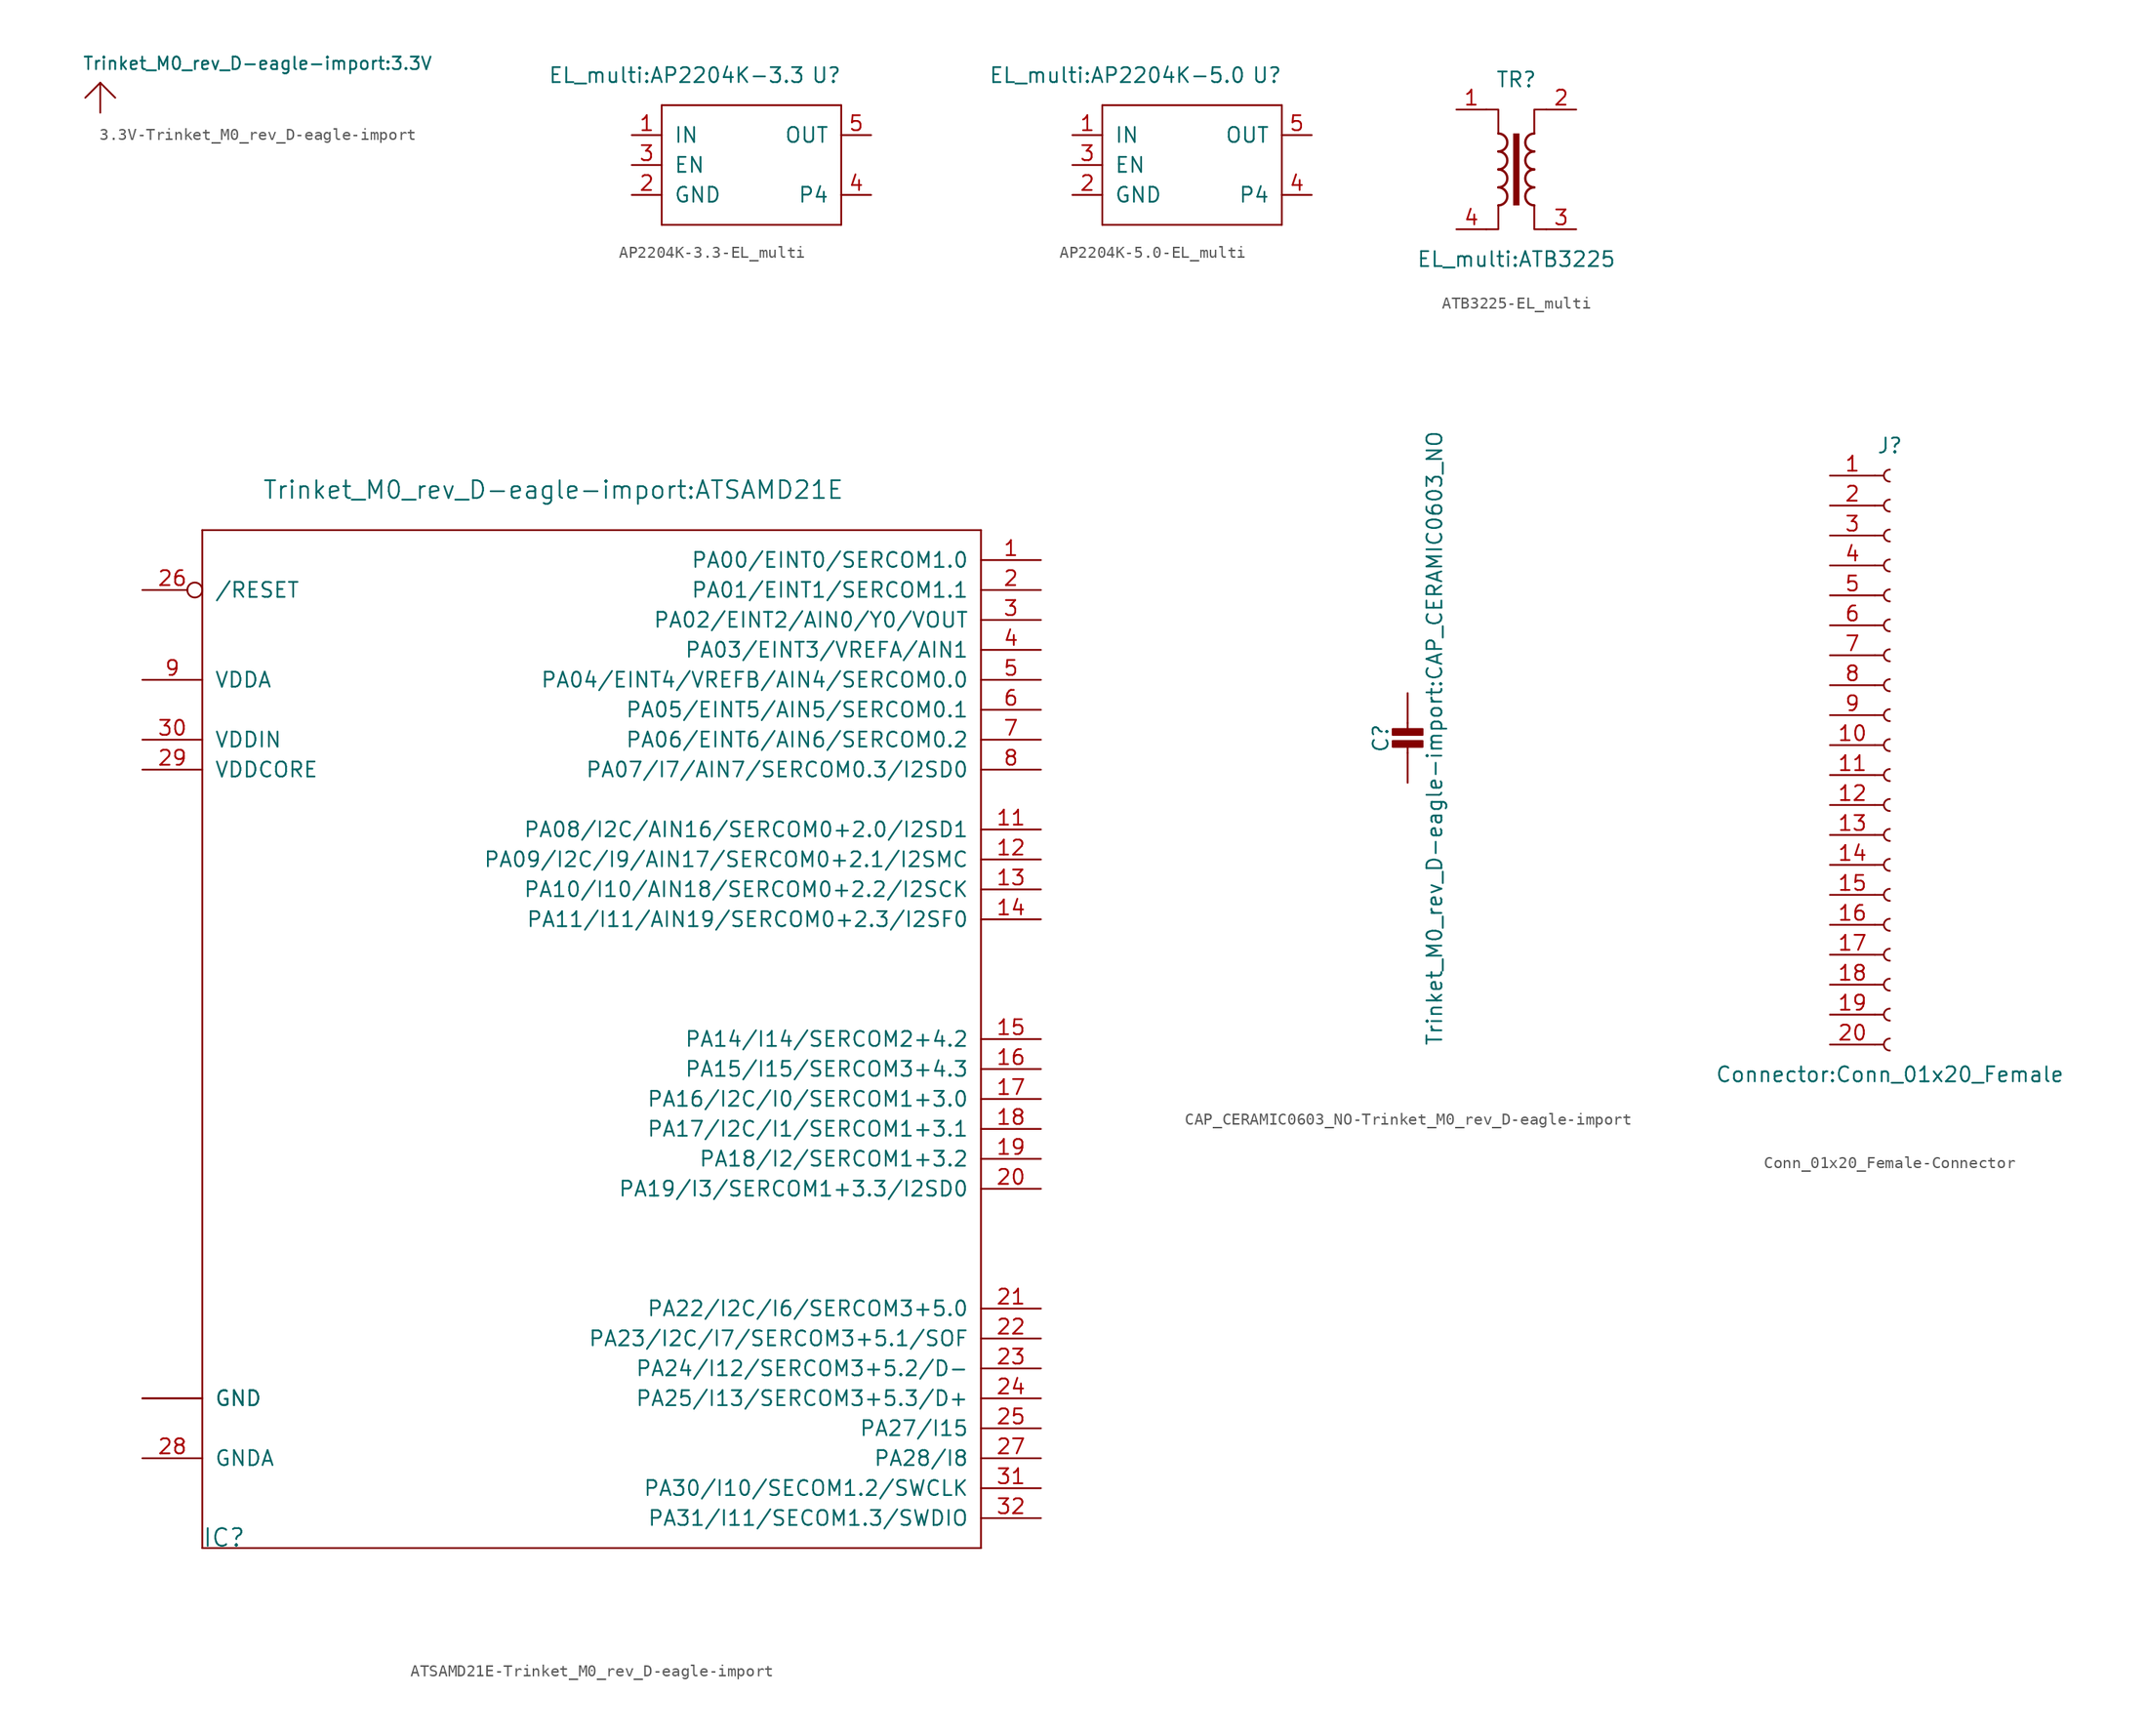
<source format=kicad_sym>
(kicad_symbol_lib
  (version 20241209)
  (generator "kicad_symbol_editor")
  (generator_version "9.0")
  (symbol "3.3V-Trinket_M0_rev_D-eagle-import"
    (power)
    (pin_names
      (offset 1.016))
    (property "Reference" ""
      (at 0 0 0)
      (effects (font (size 1.27 1.27)) (hide yes)))
    (property "Value" "Trinket_M0_rev_D-eagle-import:3.3V"
      (at -1.524 1.016 0)
      (effects (font (size 1.067 1.067)) (justify left bottom)))
    (property "ki_locked" ""
      (at 0 0 0)
      (effects (font (size 1.27 1.27))))
    (symbol "3.3V-Trinket_M0_rev_D-eagle-import_1_0"
      (polyline (pts (xy -1.27 -1.27) (xy 0 0)) (stroke (width 0) (type solid)) (fill (type none)))
      (polyline (pts (xy 0 0) (xy 1.27 -1.27)) (stroke (width 0) (type solid)) (fill (type none)))
      (pin power_in line (at 0 -2.54 90) (length 2.54) (name "3.3V" (effects (font (size 0 0)))) (number "1" (effects (font (size 0 0)))))))
  (symbol "AP2204K-3.3-EL_multi"
    (pin_names
      (offset 1.016))
    (property "Reference" "U"
      (at 6.35 7.62 0)
      (effects (font (size 1.27 1.27))))
    (property "Value" "EL_multi:AP2204K-3.3"
      (at -6.35 7.62 0)
      (effects (font (size 1.27 1.27))))
    (symbol "AP2204K-3.3-EL_multi_1_0"
      (polyline (pts (xy -7.62 5.08) (xy 7.62 5.08)) (stroke (width 0) (type solid)) (fill (type none)))
      (polyline (pts (xy -7.62 -5.08) (xy -7.62 5.08)) (stroke (width 0) (type solid)) (fill (type none)))
      (polyline (pts (xy 7.62 5.08) (xy 7.62 -5.08)) (stroke (width 0) (type solid)) (fill (type none)))
      (polyline (pts (xy 7.62 -5.08) (xy -7.62 -5.08)) (stroke (width 0) (type solid)) (fill (type none)))
      (pin power_in line (at -10.16 2.54 0) (length 2.54) (name "IN" (effects (font (size 1.27 1.27)))) (number "1" (effects (font (size 1.27 1.27)))))
      (pin input line (at -10.16 0 0) (length 2.54) (name "EN" (effects (font (size 1.27 1.27)))) (number "3" (effects (font (size 1.27 1.27)))))
      (pin power_in line (at -10.16 -2.54 0) (length 2.54) (name "GND" (effects (font (size 1.27 1.27)))) (number "2" (effects (font (size 1.27 1.27)))))
      (pin power_out line (at 10.16 2.54 180) (length 2.54) (name "OUT" (effects (font (size 1.27 1.27)))) (number "5" (effects (font (size 1.27 1.27)))))
      (pin passive line (at 10.16 -2.54 180) (length 2.54) (name "P4" (effects (font (size 1.27 1.27)))) (number "4" (effects (font (size 1.27 1.27)))))))
  (symbol "AP2204K-5.0-EL_multi"
    (pin_names
      (offset 1.016))
    (property "Reference" "U"
      (at 6.35 7.62 0)
      (effects (font (size 1.27 1.27))))
    (property "Value" "EL_multi:AP2204K-5.0"
      (at -6.35 7.62 0)
      (effects (font (size 1.27 1.27))))
    (symbol "AP2204K-5.0-EL_multi_1_0"
      (polyline (pts (xy -7.62 5.08) (xy 7.62 5.08)) (stroke (width 0) (type solid)) (fill (type none)))
      (polyline (pts (xy -7.62 -5.08) (xy -7.62 5.08)) (stroke (width 0) (type solid)) (fill (type none)))
      (polyline (pts (xy 7.62 5.08) (xy 7.62 -5.08)) (stroke (width 0) (type solid)) (fill (type none)))
      (polyline (pts (xy 7.62 -5.08) (xy -7.62 -5.08)) (stroke (width 0) (type solid)) (fill (type none)))
      (pin power_in line (at -10.16 2.54 0) (length 2.54) (name "IN" (effects (font (size 1.27 1.27)))) (number "1" (effects (font (size 1.27 1.27)))))
      (pin input line (at -10.16 0 0) (length 2.54) (name "EN" (effects (font (size 1.27 1.27)))) (number "3" (effects (font (size 1.27 1.27)))))
      (pin power_in line (at -10.16 -2.54 0) (length 2.54) (name "GND" (effects (font (size 1.27 1.27)))) (number "2" (effects (font (size 1.27 1.27)))))
      (pin power_out line (at 10.16 2.54 180) (length 2.54) (name "OUT" (effects (font (size 1.27 1.27)))) (number "5" (effects (font (size 1.27 1.27)))))
      (pin unspecified line (at 10.16 -2.54 180) (length 2.54) (name "P4" (effects (font (size 1.27 1.27)))) (number "4" (effects (font (size 1.27 1.27)))))))
  (symbol "ATB3225-EL_multi"
    (pin_names
      (offset 1.016))
    (property "Reference" "TR"
      (at 0 7.62 0)
      (effects (font (size 1.27 1.27))))
    (property "Value" "EL_multi:ATB3225"
      (at 0 -7.62 0)
      (effects (font (size 1.27 1.27))))
    (symbol "ATB3225-EL_multi_1_1"
      (polyline (pts (xy -2.54 5.08) (xy -1.524 5.08) (xy -1.524 3.048) (xy -1.524 3.048)) (stroke (width 0.152) (type solid)) (fill (type none)))
      (arc (start -1.524 3.048) (mid -0.762 2.286) (end -1.524 1.524) (stroke (width 0.2032) (type solid)) (fill (type none)))
      (arc (start -1.524 1.524) (mid -0.762 0.762) (end -1.524 0) (stroke (width 0.2032) (type solid)) (fill (type none)))
      (arc (start -1.524 0) (mid -0.762 -0.762) (end -1.524 -1.524) (stroke (width 0.2032) (type solid)) (fill (type none)))
      (arc (start -1.524 -1.524) (mid -0.762 -2.286) (end -1.524 -3.048) (stroke (width 0.2032) (type solid)) (fill (type none)))
      (polyline (pts (xy -1.524 -3.048) (xy -1.524 -5.08) (xy -2.54 -5.08) (xy -2.54 -5.08)) (stroke (width 0.152) (type solid)) (fill (type none)))
      (rectangle (start -0.254 3.048) (end 0.254 -3.048) (stroke (width 0.025) (type solid)) (fill (type outline)))
      (polyline (pts (xy 1.524 3.048) (xy 1.524 5.08) (xy 2.54 5.08) (xy 2.54 5.08)) (stroke (width 0.152) (type solid)) (fill (type none)))
      (arc (start 1.524 1.524) (mid 0.762 2.286) (end 1.524 3.048) (stroke (width 0.2032) (type solid)) (fill (type none)))
      (arc (start 1.524 0) (mid 0.762 0.762) (end 1.524 1.524) (stroke (width 0.2032) (type solid)) (fill (type none)))
      (arc (start 1.524 -1.524) (mid 0.762 -0.762) (end 1.524 0) (stroke (width 0.2032) (type solid)) (fill (type none)))
      (arc (start 1.524 -3.048) (mid 0.762 -2.286) (end 1.524 -1.524) (stroke (width 0.2032) (type solid)) (fill (type none)))
      (polyline (pts (xy 2.54 -5.08) (xy 1.524 -5.08) (xy 1.524 -3.048) (xy 1.524 -3.048)) (stroke (width 0.152) (type solid)) (fill (type none)))
      (pin passive line (at -5.08 5.08 0) (length 2.54) (name "~" (effects (font (size 1.27 1.27)))) (number "1" (effects (font (size 1.27 1.27)))))
      (pin passive line (at -5.08 -5.08 0) (length 2.54) (name "~" (effects (font (size 1.27 1.27)))) (number "4" (effects (font (size 1.27 1.27)))))
      (pin passive line (at 5.08 5.08 180) (length 2.54) (name "~" (effects (font (size 1.27 1.27)))) (number "2" (effects (font (size 1.27 1.27)))))
      (pin passive line (at 5.08 -5.08 180) (length 2.54) (name "~" (effects (font (size 1.27 1.27)))) (number "3" (effects (font (size 1.27 1.27)))))))
  (symbol "ATSAMD21E-Trinket_M0_rev_D-eagle-import"
    (pin_names
      (offset 1.016))
    (property "Reference" "IC"
      (at -35.56 -43.18 0)
      (effects (font (size 1.499 1.499)) (justify left bottom)))
    (property "Value" "Trinket_M0_rev_D-eagle-import:ATSAMD21E"
      (at -30.48 45.72 0)
      (effects (font (size 1.499 1.499)) (justify left bottom)))
    (property "ki_locked" ""
      (at 0 0 0)
      (effects (font (size 1.27 1.27))))
    (symbol "ATSAMD21E-Trinket_M0_rev_D-eagle-import_1_0"
      (polyline (pts (xy -35.56 43.18) (xy 30.48 43.18)) (stroke (width 0) (type solid)) (fill (type none)))
      (polyline (pts (xy -35.56 -43.18) (xy -35.56 43.18)) (stroke (width 0) (type solid)) (fill (type none)))
      (polyline (pts (xy 30.48 43.18) (xy 30.48 -43.18)) (stroke (width 0) (type solid)) (fill (type none)))
      (polyline (pts (xy 30.48 -43.18) (xy -35.56 -43.18)) (stroke (width 0) (type solid)) (fill (type none)))
      (pin output inverted (at -40.64 38.1 0) (length 5.08) (name "/RESET" (effects (font (size 1.27 1.27)))) (number "26" (effects (font (size 1.27 1.27)))))
      (pin power_in line (at -40.64 30.48 0) (length 5.08) (name "VDDA" (effects (font (size 1.27 1.27)))) (number "9" (effects (font (size 1.27 1.27)))))
      (pin power_in line (at -40.64 25.4 0) (length 5.08) (name "VDDIN" (effects (font (size 1.27 1.27)))) (number "30" (effects (font (size 1.27 1.27)))))
      (pin power_in line (at -40.64 22.86 0) (length 5.08) (name "VDDCORE" (effects (font (size 1.27 1.27)))) (number "29" (effects (font (size 1.27 1.27)))))
      (pin power_in line (at -40.64 -30.48 0) (length 5.08) (name "GND" (effects (font (size 1.27 1.27)))) (number "10" (effects (font (size 0 0)))))
      (pin power_in line (at -40.64 -30.48 0) (length 5.08) (name "GND" (effects (font (size 1.27 1.27)))) (number "33" (effects (font (size 0 0)))))
      (pin power_in line (at -40.64 -35.56 0) (length 5.08) (name "GNDA" (effects (font (size 1.27 1.27)))) (number "28" (effects (font (size 1.27 1.27)))))
      (pin bidirectional line (at 35.56 40.64 180) (length 5.08) (name "PA00/EINT0/SERCOM1.0" (effects (font (size 1.27 1.27)))) (number "1" (effects (font (size 1.27 1.27)))))
      (pin bidirectional line (at 35.56 38.1 180) (length 5.08) (name "PA01/EINT1/SERCOM1.1" (effects (font (size 1.27 1.27)))) (number "2" (effects (font (size 1.27 1.27)))))
      (pin bidirectional line (at 35.56 35.56 180) (length 5.08) (name "PA02/EINT2/AIN0/Y0/VOUT" (effects (font (size 1.27 1.27)))) (number "3" (effects (font (size 1.27 1.27)))))
      (pin bidirectional line (at 35.56 33.02 180) (length 5.08) (name "PA03/EINT3/VREFA/AIN1" (effects (font (size 1.27 1.27)))) (number "4" (effects (font (size 1.27 1.27)))))
      (pin bidirectional line (at 35.56 30.48 180) (length 5.08) (name "PA04/EINT4/VREFB/AIN4/SERCOM0.0" (effects (font (size 1.27 1.27)))) (number "5" (effects (font (size 1.27 1.27)))))
      (pin bidirectional line (at 35.56 27.94 180) (length 5.08) (name "PA05/EINT5/AIN5/SERCOM0.1" (effects (font (size 1.27 1.27)))) (number "6" (effects (font (size 1.27 1.27)))))
      (pin bidirectional line (at 35.56 25.4 180) (length 5.08) (name "PA06/EINT6/AIN6/SERCOM0.2" (effects (font (size 1.27 1.27)))) (number "7" (effects (font (size 1.27 1.27)))))
      (pin bidirectional line (at 35.56 22.86 180) (length 5.08) (name "PA07/I7/AIN7/SERCOM0.3/I2SD0" (effects (font (size 1.27 1.27)))) (number "8" (effects (font (size 1.27 1.27)))))
      (pin bidirectional line (at 35.56 17.78 180) (length 5.08) (name "PA08/I2C/AIN16/SERCOM0+2.0/I2SD1" (effects (font (size 1.27 1.27)))) (number "11" (effects (font (size 1.27 1.27)))))
      (pin bidirectional line (at 35.56 15.24 180) (length 5.08) (name "PA09/I2C/I9/AIN17/SERCOM0+2.1/I2SMC" (effects (font (size 1.27 1.27)))) (number "12" (effects (font (size 1.27 1.27)))))
      (pin bidirectional line (at 35.56 12.7 180) (length 5.08) (name "PA10/I10/AIN18/SERCOM0+2.2/I2SCK" (effects (font (size 1.27 1.27)))) (number "13" (effects (font (size 1.27 1.27)))))
      (pin bidirectional line (at 35.56 10.16 180) (length 5.08) (name "PA11/I11/AIN19/SERCOM0+2.3/I2SF0" (effects (font (size 1.27 1.27)))) (number "14" (effects (font (size 1.27 1.27)))))
      (pin bidirectional line (at 35.56 0 180) (length 5.08) (name "PA14/I14/SERCOM2+4.2" (effects (font (size 1.27 1.27)))) (number "15" (effects (font (size 1.27 1.27)))))
      (pin bidirectional line (at 35.56 -2.54 180) (length 5.08) (name "PA15/I15/SERCOM3+4.3" (effects (font (size 1.27 1.27)))) (number "16" (effects (font (size 1.27 1.27)))))
      (pin bidirectional line (at 35.56 -5.08 180) (length 5.08) (name "PA16/I2C/I0/SERCOM1+3.0" (effects (font (size 1.27 1.27)))) (number "17" (effects (font (size 1.27 1.27)))))
      (pin bidirectional line (at 35.56 -7.62 180) (length 5.08) (name "PA17/I2C/I1/SERCOM1+3.1" (effects (font (size 1.27 1.27)))) (number "18" (effects (font (size 1.27 1.27)))))
      (pin bidirectional line (at 35.56 -10.16 180) (length 5.08) (name "PA18/I2/SERCOM1+3.2" (effects (font (size 1.27 1.27)))) (number "19" (effects (font (size 1.27 1.27)))))
      (pin bidirectional line (at 35.56 -12.7 180) (length 5.08) (name "PA19/I3/SERCOM1+3.3/I2SD0" (effects (font (size 1.27 1.27)))) (number "20" (effects (font (size 1.27 1.27)))))
      (pin bidirectional line (at 35.56 -22.86 180) (length 5.08) (name "PA22/I2C/I6/SERCOM3+5.0" (effects (font (size 1.27 1.27)))) (number "21" (effects (font (size 1.27 1.27)))))
      (pin bidirectional line (at 35.56 -25.4 180) (length 5.08) (name "PA23/I2C/I7/SERCOM3+5.1/SOF" (effects (font (size 1.27 1.27)))) (number "22" (effects (font (size 1.27 1.27)))))
      (pin bidirectional line (at 35.56 -27.94 180) (length 5.08) (name "PA24/I12/SERCOM3+5.2/D-" (effects (font (size 1.27 1.27)))) (number "23" (effects (font (size 1.27 1.27)))))
      (pin bidirectional line (at 35.56 -30.48 180) (length 5.08) (name "PA25/I13/SERCOM3+5.3/D+" (effects (font (size 1.27 1.27)))) (number "24" (effects (font (size 1.27 1.27)))))
      (pin bidirectional line (at 35.56 -33.02 180) (length 5.08) (name "PA27/I15" (effects (font (size 1.27 1.27)))) (number "25" (effects (font (size 1.27 1.27)))))
      (pin bidirectional line (at 35.56 -35.56 180) (length 5.08) (name "PA28/I8" (effects (font (size 1.27 1.27)))) (number "27" (effects (font (size 1.27 1.27)))))
      (pin bidirectional line (at 35.56 -38.1 180) (length 5.08) (name "PA30/I10/SECOM1.2/SWCLK" (effects (font (size 1.27 1.27)))) (number "31" (effects (font (size 1.27 1.27)))))
      (pin bidirectional line (at 35.56 -40.64 180) (length 5.08) (name "PA31/I11/SECOM1.3/SWDIO" (effects (font (size 1.27 1.27)))) (number "32" (effects (font (size 1.27 1.27)))))))
  (symbol "CAP_CERAMIC0603_NO-Trinket_M0_rev_D-eagle-import"
    (pin_names
      (offset 1.016))
    (property "Reference" "C"
      (at -2.286 1.245 90)
      (effects (font (size 1.27 1.27))))
    (property "Value" "Trinket_M0_rev_D-eagle-import:CAP_CERAMIC0603_NO"
      (at 2.286 1.245 90)
      (effects (font (size 1.27 1.27))))
    (property "ki_locked" ""
      (at 0 0 0)
      (effects (font (size 1.27 1.27))))
    (symbol "CAP_CERAMIC0603_NO-Trinket_M0_rev_D-eagle-import_1_0"
      (rectangle (start -1.27 1.524) (end 1.27 2.032) (stroke (width 0) (type solid)) (fill (type outline)))
      (rectangle (start -1.27 0.508) (end 1.27 1.016) (stroke (width 0) (type solid)) (fill (type outline)))
      (polyline (pts (xy 0 2.54) (xy 0 1.778)) (stroke (width 0) (type solid)) (fill (type none)))
      (polyline (pts (xy 0 0.762) (xy 0 0)) (stroke (width 0) (type solid)) (fill (type none)))
      (pin passive line (at 0 5.08 270) (length 2.54) (name "1" (effects (font (size 0 0)))) (number "1" (effects (font (size 0 0)))))
      (pin passive line (at 0 -2.54 90) (length 2.54) (name "2" (effects (font (size 0 0)))) (number "2" (effects (font (size 0 0)))))))
  (symbol "Conn_01x20_Female-Connector"
    (pin_names
      (offset 1.016)
      (hide yes))
    (property "Reference" "J"
      (at 0 25.4 0)
      (effects (font (size 1.27 1.27))))
    (property "Value" "Connector:Conn_01x20_Female"
      (at 0 -27.94 0)
      (effects (font (size 1.27 1.27))))
    (symbol "Conn_01x20_Female-Connector_1_1"
      (polyline (pts (xy -1.27 22.86) (xy -0.508 22.86)) (stroke (width 0.152) (type solid)) (fill (type none)))
      (polyline (pts (xy -1.27 20.32) (xy -0.508 20.32)) (stroke (width 0.152) (type solid)) (fill (type none)))
      (polyline (pts (xy -1.27 17.78) (xy -0.508 17.78)) (stroke (width 0.152) (type solid)) (fill (type none)))
      (polyline (pts (xy -1.27 15.24) (xy -0.508 15.24)) (stroke (width 0.152) (type solid)) (fill (type none)))
      (polyline (pts (xy -1.27 12.7) (xy -0.508 12.7)) (stroke (width 0.152) (type solid)) (fill (type none)))
      (polyline (pts (xy -1.27 10.16) (xy -0.508 10.16)) (stroke (width 0.152) (type solid)) (fill (type none)))
      (polyline (pts (xy -1.27 7.62) (xy -0.508 7.62)) (stroke (width 0.152) (type solid)) (fill (type none)))
      (polyline (pts (xy -1.27 5.08) (xy -0.508 5.08)) (stroke (width 0.152) (type solid)) (fill (type none)))
      (polyline (pts (xy -1.27 2.54) (xy -0.508 2.54)) (stroke (width 0.152) (type solid)) (fill (type none)))
      (polyline (pts (xy -1.27 0) (xy -0.508 0)) (stroke (width 0.152) (type solid)) (fill (type none)))
      (polyline (pts (xy -1.27 -2.54) (xy -0.508 -2.54)) (stroke (width 0.152) (type solid)) (fill (type none)))
      (polyline (pts (xy -1.27 -5.08) (xy -0.508 -5.08)) (stroke (width 0.152) (type solid)) (fill (type none)))
      (polyline (pts (xy -1.27 -7.62) (xy -0.508 -7.62)) (stroke (width 0.152) (type solid)) (fill (type none)))
      (polyline (pts (xy -1.27 -10.16) (xy -0.508 -10.16)) (stroke (width 0.152) (type solid)) (fill (type none)))
      (polyline (pts (xy -1.27 -12.7) (xy -0.508 -12.7)) (stroke (width 0.152) (type solid)) (fill (type none)))
      (polyline (pts (xy -1.27 -15.24) (xy -0.508 -15.24)) (stroke (width 0.152) (type solid)) (fill (type none)))
      (polyline (pts (xy -1.27 -17.78) (xy -0.508 -17.78)) (stroke (width 0.152) (type solid)) (fill (type none)))
      (polyline (pts (xy -1.27 -20.32) (xy -0.508 -20.32)) (stroke (width 0.152) (type solid)) (fill (type none)))
      (polyline (pts (xy -1.27 -22.86) (xy -0.508 -22.86)) (stroke (width 0.152) (type solid)) (fill (type none)))
      (polyline (pts (xy -1.27 -25.4) (xy -0.508 -25.4)) (stroke (width 0.152) (type solid)) (fill (type none)))
      (arc (start 0 22.352) (mid -0.508 22.86) (end 0 23.368) (stroke (width 0.1524) (type solid)) (fill (type none)))
      (arc (start 0 19.812) (mid -0.508 20.32) (end 0 20.828) (stroke (width 0.1524) (type solid)) (fill (type none)))
      (arc (start 0 17.272) (mid -0.508 17.78) (end 0 18.288) (stroke (width 0.1524) (type solid)) (fill (type none)))
      (arc (start 0 14.732) (mid -0.508 15.24) (end 0 15.748) (stroke (width 0.1524) (type solid)) (fill (type none)))
      (arc (start 0 12.192) (mid -0.508 12.7) (end 0 13.208) (stroke (width 0.1524) (type solid)) (fill (type none)))
      (arc (start 0 9.652) (mid -0.508 10.16) (end 0 10.668) (stroke (width 0.1524) (type solid)) (fill (type none)))
      (arc (start 0 7.112) (mid -0.508 7.62) (end 0 8.128) (stroke (width 0.1524) (type solid)) (fill (type none)))
      (arc (start 0 4.572) (mid -0.508 5.08) (end 0 5.588) (stroke (width 0.1524) (type solid)) (fill (type none)))
      (arc (start 0 2.032) (mid -0.508 2.54) (end 0 3.048) (stroke (width 0.1524) (type solid)) (fill (type none)))
      (arc (start 0 -0.508) (mid -0.508 0) (end 0 0.508) (stroke (width 0.1524) (type solid)) (fill (type none)))
      (arc (start 0 -3.048) (mid -0.508 -2.54) (end 0 -2.032) (stroke (width 0.1524) (type solid)) (fill (type none)))
      (arc (start 0 -5.588) (mid -0.508 -5.08) (end 0 -4.572) (stroke (width 0.1524) (type solid)) (fill (type none)))
      (arc (start 0 -8.128) (mid -0.508 -7.62) (end 0 -7.112) (stroke (width 0.1524) (type solid)) (fill (type none)))
      (arc (start 0 -10.668) (mid -0.508 -10.16) (end 0 -9.652) (stroke (width 0.1524) (type solid)) (fill (type none)))
      (arc (start 0 -13.208) (mid -0.508 -12.7) (end 0 -12.192) (stroke (width 0.1524) (type solid)) (fill (type none)))
      (arc (start 0 -15.748) (mid -0.508 -15.24) (end 0 -14.732) (stroke (width 0.1524) (type solid)) (fill (type none)))
      (arc (start 0 -18.288) (mid -0.508 -17.78) (end 0 -17.272) (stroke (width 0.1524) (type solid)) (fill (type none)))
      (arc (start 0 -20.828) (mid -0.508 -20.32) (end 0 -19.812) (stroke (width 0.1524) (type solid)) (fill (type none)))
      (arc (start 0 -23.368) (mid -0.508 -22.86) (end 0 -22.352) (stroke (width 0.1524) (type solid)) (fill (type none)))
      (arc (start 0 -25.908) (mid -0.508 -25.4) (end 0 -24.892) (stroke (width 0.1524) (type solid)) (fill (type none)))
      (pin passive line (at -5.08 22.86 0) (length 3.81) (name "Pin_1" (effects (font (size 1.27 1.27)))) (number "1" (effects (font (size 1.27 1.27)))))
      (pin passive line (at -5.08 20.32 0) (length 3.81) (name "Pin_2" (effects (font (size 1.27 1.27)))) (number "2" (effects (font (size 1.27 1.27)))))
      (pin passive line (at -5.08 17.78 0) (length 3.81) (name "Pin_3" (effects (font (size 1.27 1.27)))) (number "3" (effects (font (size 1.27 1.27)))))
      (pin passive line (at -5.08 15.24 0) (length 3.81) (name "Pin_4" (effects (font (size 1.27 1.27)))) (number "4" (effects (font (size 1.27 1.27)))))
      (pin passive line (at -5.08 12.7 0) (length 3.81) (name "Pin_5" (effects (font (size 1.27 1.27)))) (number "5" (effects (font (size 1.27 1.27)))))
      (pin passive line (at -5.08 10.16 0) (length 3.81) (name "Pin_6" (effects (font (size 1.27 1.27)))) (number "6" (effects (font (size 1.27 1.27)))))
      (pin passive line (at -5.08 7.62 0) (length 3.81) (name "Pin_7" (effects (font (size 1.27 1.27)))) (number "7" (effects (font (size 1.27 1.27)))))
      (pin passive line (at -5.08 5.08 0) (length 3.81) (name "Pin_8" (effects (font (size 1.27 1.27)))) (number "8" (effects (font (size 1.27 1.27)))))
      (pin passive line (at -5.08 2.54 0) (length 3.81) (name "Pin_9" (effects (font (size 1.27 1.27)))) (number "9" (effects (font (size 1.27 1.27)))))
      (pin passive line (at -5.08 0 0) (length 3.81) (name "Pin_10" (effects (font (size 1.27 1.27)))) (number "10" (effects (font (size 1.27 1.27)))))
      (pin passive line (at -5.08 -2.54 0) (length 3.81) (name "Pin_11" (effects (font (size 1.27 1.27)))) (number "11" (effects (font (size 1.27 1.27)))))
      (pin passive line (at -5.08 -5.08 0) (length 3.81) (name "Pin_12" (effects (font (size 1.27 1.27)))) (number "12" (effects (font (size 1.27 1.27)))))
      (pin passive line (at -5.08 -7.62 0) (length 3.81) (name "Pin_13" (effects (font (size 1.27 1.27)))) (number "13" (effects (font (size 1.27 1.27)))))
      (pin passive line (at -5.08 -10.16 0) (length 3.81) (name "Pin_14" (effects (font (size 1.27 1.27)))) (number "14" (effects (font (size 1.27 1.27)))))
      (pin passive line (at -5.08 -12.7 0) (length 3.81) (name "Pin_15" (effects (font (size 1.27 1.27)))) (number "15" (effects (font (size 1.27 1.27)))))
      (pin passive line (at -5.08 -15.24 0) (length 3.81) (name "Pin_16" (effects (font (size 1.27 1.27)))) (number "16" (effects (font (size 1.27 1.27)))))
      (pin passive line (at -5.08 -17.78 0) (length 3.81) (name "Pin_17" (effects (font (size 1.27 1.27)))) (number "17" (effects (font (size 1.27 1.27)))))
      (pin passive line (at -5.08 -20.32 0) (length 3.81) (name "Pin_18" (effects (font (size 1.27 1.27)))) (number "18" (effects (font (size 1.27 1.27)))))
      (pin passive line (at -5.08 -22.86 0) (length 3.81) (name "Pin_19" (effects (font (size 1.27 1.27)))) (number "19" (effects (font (size 1.27 1.27)))))
      (pin passive line (at -5.08 -25.4 0) (length 3.81) (name "Pin_20" (effects (font (size 1.27 1.27)))) (number "20" (effects (font (size 1.27 1.27))))))))
</source>
